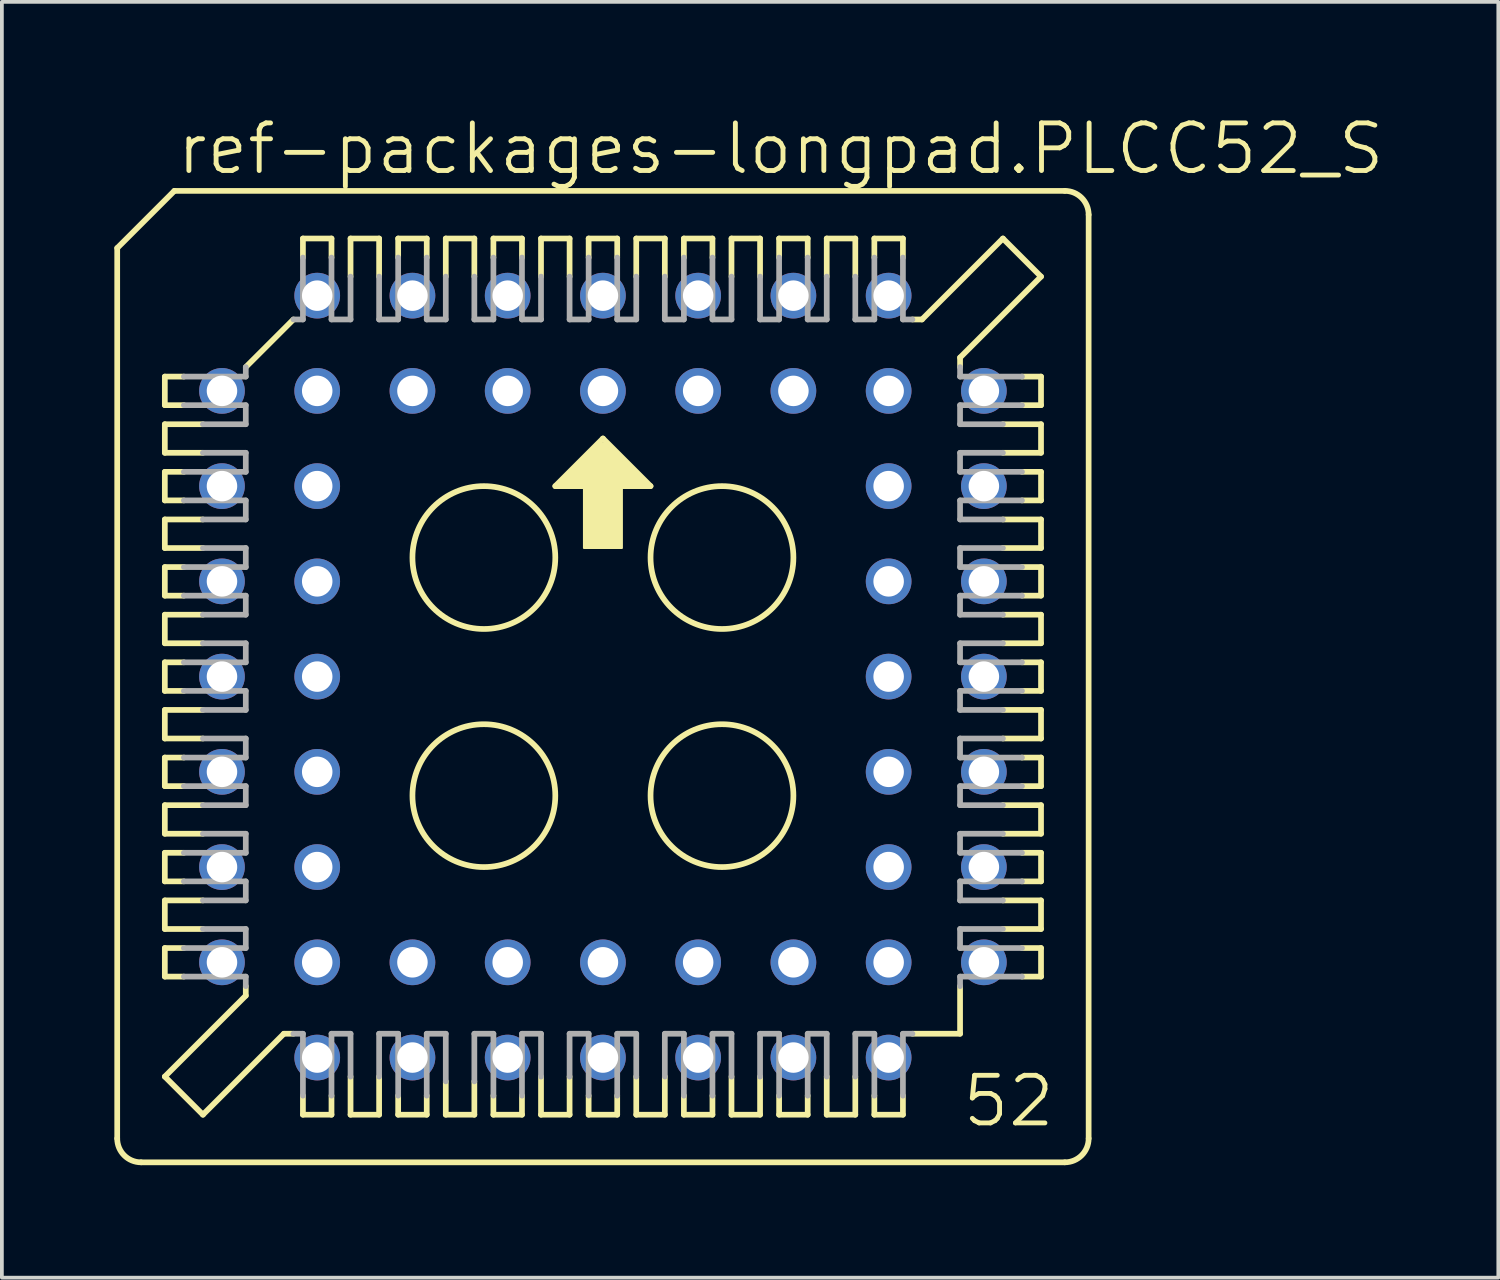
<source format=kicad_pcb>
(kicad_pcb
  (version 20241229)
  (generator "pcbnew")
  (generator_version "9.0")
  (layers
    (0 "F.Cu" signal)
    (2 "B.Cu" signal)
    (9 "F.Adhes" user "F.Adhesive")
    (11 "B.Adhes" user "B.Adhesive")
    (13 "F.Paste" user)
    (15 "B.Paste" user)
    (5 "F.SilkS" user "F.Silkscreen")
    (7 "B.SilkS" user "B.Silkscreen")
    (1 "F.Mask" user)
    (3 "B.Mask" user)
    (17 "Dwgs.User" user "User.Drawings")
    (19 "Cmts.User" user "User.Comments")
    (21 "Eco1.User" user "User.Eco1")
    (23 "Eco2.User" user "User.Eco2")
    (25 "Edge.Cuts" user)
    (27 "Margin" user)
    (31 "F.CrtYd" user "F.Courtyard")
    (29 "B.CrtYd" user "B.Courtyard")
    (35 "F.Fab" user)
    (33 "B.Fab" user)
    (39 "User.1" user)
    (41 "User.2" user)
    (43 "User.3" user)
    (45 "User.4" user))
  (footprint "ref-packages-longpad.PLCC52_S"
    (layer "F.Cu")
    (at 13.03 14.995)
    (property "Reference" "ref-packages-longpad.PLCC52_S" (at -11.43 -13.335 0) (layer "F.SilkS") (effects (font (size 1.27 1.27) (thickness 0.13)) (justify left bottom)))
    (attr through_hole)
    (fp_line (start -12.954 -11.43) (end -12.954 12.319) (stroke (width 0.152) (type default)) (layer "F.SilkS"))
    (fp_line (start -11.684 -8.001) (end -11.684 -7.239) (stroke (width 0.152) (type default)) (layer "F.SilkS"))
    (fp_line (start -11.684 -7.239) (end -11.176 -7.239) (stroke (width 0.152) (type default)) (layer "F.SilkS"))
    (fp_line (start -11.684 -6.731) (end -11.684 -5.969) (stroke (width 0.152) (type default)) (layer "F.SilkS"))
    (fp_line (start -11.684 -5.969) (end -10.668 -5.969) (stroke (width 0.152) (type default)) (layer "F.SilkS"))
    (fp_line (start -11.684 -5.461) (end -11.684 -4.699) (stroke (width 0.152) (type default)) (layer "F.SilkS"))
    (fp_line (start -11.684 -4.699) (end -11.176 -4.699) (stroke (width 0.152) (type default)) (layer "F.SilkS"))
    (fp_line (start -11.684 -4.191) (end -11.684 -3.429) (stroke (width 0.152) (type default)) (layer "F.SilkS"))
    (fp_line (start -11.684 -3.429) (end -10.668 -3.429) (stroke (width 0.152) (type default)) (layer "F.SilkS"))
    (fp_line (start -11.684 -2.921) (end -11.684 -2.159) (stroke (width 0.152) (type default)) (layer "F.SilkS"))
    (fp_line (start -11.684 -2.159) (end -11.176 -2.159) (stroke (width 0.152) (type default)) (layer "F.SilkS"))
    (fp_line (start -11.684 -1.651) (end -10.668 -1.651) (stroke (width 0.152) (type default)) (layer "F.SilkS"))
    (fp_line (start -11.684 -0.889) (end -11.684 -1.651) (stroke (width 0.152) (type default)) (layer "F.SilkS"))
    (fp_line (start -11.684 -0.381) (end -11.176 -0.381) (stroke (width 0.152) (type default)) (layer "F.SilkS"))
    (fp_line (start -11.684 0.381) (end -11.684 -0.381) (stroke (width 0.152) (type default)) (layer "F.SilkS"))
    (fp_line (start -11.684 0.889) (end -10.668 0.889) (stroke (width 0.152) (type default)) (layer "F.SilkS"))
    (fp_line (start -11.684 1.651) (end -11.684 0.889) (stroke (width 0.152) (type default)) (layer "F.SilkS"))
    (fp_line (start -11.684 2.159) (end -11.176 2.159) (stroke (width 0.152) (type default)) (layer "F.SilkS"))
    (fp_line (start -11.684 2.921) (end -11.684 2.159) (stroke (width 0.152) (type default)) (layer "F.SilkS"))
    (fp_line (start -11.684 3.429) (end -10.668 3.429) (stroke (width 0.152) (type default)) (layer "F.SilkS"))
    (fp_line (start -11.684 4.191) (end -11.684 3.429) (stroke (width 0.152) (type default)) (layer "F.SilkS"))
    (fp_line (start -11.684 4.699) (end -11.176 4.699) (stroke (width 0.152) (type default)) (layer "F.SilkS"))
    (fp_line (start -11.684 5.461) (end -11.684 4.699) (stroke (width 0.152) (type default)) (layer "F.SilkS"))
    (fp_line (start -11.684 5.969) (end -11.684 6.731) (stroke (width 0.152) (type default)) (layer "F.SilkS"))
    (fp_line (start -11.684 6.731) (end -10.668 6.731) (stroke (width 0.152) (type default)) (layer "F.SilkS"))
    (fp_line (start -11.684 7.239) (end -11.176 7.239) (stroke (width 0.152) (type default)) (layer "F.SilkS"))
    (fp_line (start -11.684 8.001) (end -11.684 7.239) (stroke (width 0.152) (type default)) (layer "F.SilkS"))
    (fp_line (start -11.684 10.668) (end -9.525 8.509) (stroke (width 0.152) (type default)) (layer "F.SilkS"))
    (fp_line (start -11.43 -12.954) (end -12.954 -11.43) (stroke (width 0.152) (type default)) (layer "F.SilkS"))
    (fp_line (start -11.176 -8.001) (end -11.684 -8.001) (stroke (width 0.152) (type default)) (layer "F.SilkS"))
    (fp_line (start -11.176 -5.461) (end -11.684 -5.461) (stroke (width 0.152) (type default)) (layer "F.SilkS"))
    (fp_line (start -11.176 -2.921) (end -11.684 -2.921) (stroke (width 0.152) (type default)) (layer "F.SilkS"))
    (fp_line (start -11.176 0.381) (end -11.684 0.381) (stroke (width 0.152) (type default)) (layer "F.SilkS"))
    (fp_line (start -11.176 2.921) (end -11.684 2.921) (stroke (width 0.152) (type default)) (layer "F.SilkS"))
    (fp_line (start -11.176 5.461) (end -11.684 5.461) (stroke (width 0.152) (type default)) (layer "F.SilkS"))
    (fp_line (start -11.176 8.001) (end -11.684 8.001) (stroke (width 0.152) (type default)) (layer "F.SilkS"))
    (fp_line (start -10.668 -6.731) (end -11.684 -6.731) (stroke (width 0.152) (type default)) (layer "F.SilkS"))
    (fp_line (start -10.668 -4.191) (end -11.684 -4.191) (stroke (width 0.152) (type default)) (layer "F.SilkS"))
    (fp_line (start -10.668 -0.889) (end -11.684 -0.889) (stroke (width 0.152) (type default)) (layer "F.SilkS"))
    (fp_line (start -10.668 1.651) (end -11.684 1.651) (stroke (width 0.152) (type default)) (layer "F.SilkS"))
    (fp_line (start -10.668 4.191) (end -11.684 4.191) (stroke (width 0.152) (type default)) (layer "F.SilkS"))
    (fp_line (start -10.668 5.969) (end -11.684 5.969) (stroke (width 0.152) (type default)) (layer "F.SilkS"))
    (fp_line (start -10.668 11.684) (end -11.684 10.668) (stroke (width 0.152) (type default)) (layer "F.SilkS"))
    (fp_line (start -10.668 11.684) (end -8.509 9.525) (stroke (width 0.152) (type default)) (layer "F.SilkS"))
    (fp_line (start -9.525 -8.255) (end -8.255 -9.525) (stroke (width 0.152) (type default)) (layer "F.SilkS"))
    (fp_line (start -9.525 8.509) (end -9.525 8.255) (stroke (width 0.152) (type default)) (layer "F.SilkS"))
    (fp_line (start -8.509 9.525) (end -8.255 9.525) (stroke (width 0.152) (type default)) (layer "F.SilkS"))
    (fp_line (start -8.001 -11.684) (end -8.001 -11.176) (stroke (width 0.152) (type default)) (layer "F.SilkS"))
    (fp_line (start -8.001 11.176) (end -8.001 11.684) (stroke (width 0.152) (type default)) (layer "F.SilkS"))
    (fp_line (start -8.001 11.684) (end -7.239 11.684) (stroke (width 0.152) (type default)) (layer "F.SilkS"))
    (fp_line (start -7.239 -11.684) (end -8.001 -11.684) (stroke (width 0.152) (type default)) (layer "F.SilkS"))
    (fp_line (start -7.239 -11.176) (end -7.239 -11.684) (stroke (width 0.152) (type default)) (layer "F.SilkS"))
    (fp_line (start -7.239 11.684) (end -7.239 11.176) (stroke (width 0.152) (type default)) (layer "F.SilkS"))
    (fp_line (start -6.731 -11.684) (end -6.731 -10.668) (stroke (width 0.152) (type default)) (layer "F.SilkS"))
    (fp_line (start -6.731 10.668) (end -6.731 11.684) (stroke (width 0.152) (type default)) (layer "F.SilkS"))
    (fp_line (start -6.731 11.684) (end -5.969 11.684) (stroke (width 0.152) (type default)) (layer "F.SilkS"))
    (fp_line (start -5.969 -11.684) (end -6.731 -11.684) (stroke (width 0.152) (type default)) (layer "F.SilkS"))
    (fp_line (start -5.969 -10.668) (end -5.969 -11.684) (stroke (width 0.152) (type default)) (layer "F.SilkS"))
    (fp_line (start -5.969 11.684) (end -5.969 10.668) (stroke (width 0.152) (type default)) (layer "F.SilkS"))
    (fp_line (start -5.461 -11.684) (end -5.461 -11.176) (stroke (width 0.152) (type default)) (layer "F.SilkS"))
    (fp_line (start -5.461 11.176) (end -5.461 11.684) (stroke (width 0.152) (type default)) (layer "F.SilkS"))
    (fp_line (start -5.461 11.684) (end -4.699 11.684) (stroke (width 0.152) (type default)) (layer "F.SilkS"))
    (fp_line (start -4.699 -11.684) (end -5.461 -11.684) (stroke (width 0.152) (type default)) (layer "F.SilkS"))
    (fp_line (start -4.699 -11.176) (end -4.699 -11.684) (stroke (width 0.152) (type default)) (layer "F.SilkS"))
    (fp_line (start -4.699 11.684) (end -4.699 11.176) (stroke (width 0.152) (type default)) (layer "F.SilkS"))
    (fp_line (start -4.191 -11.684) (end -4.191 -10.668) (stroke (width 0.152) (type default)) (layer "F.SilkS"))
    (fp_line (start -4.191 10.795) (end -4.191 11.684) (stroke (width 0.152) (type default)) (layer "F.SilkS"))
    (fp_line (start -4.191 11.684) (end -3.429 11.684) (stroke (width 0.152) (type default)) (layer "F.SilkS"))
    (fp_line (start -3.429 -11.684) (end -4.191 -11.684) (stroke (width 0.152) (type default)) (layer "F.SilkS"))
    (fp_line (start -3.429 -10.668) (end -3.429 -11.684) (stroke (width 0.152) (type default)) (layer "F.SilkS"))
    (fp_line (start -3.429 11.684) (end -3.429 10.795) (stroke (width 0.152) (type default)) (layer "F.SilkS"))
    (fp_line (start -2.921 -11.684) (end -2.921 -11.176) (stroke (width 0.152) (type default)) (layer "F.SilkS"))
    (fp_line (start -2.921 11.176) (end -2.921 11.684) (stroke (width 0.152) (type default)) (layer "F.SilkS"))
    (fp_line (start -2.921 11.684) (end -2.159 11.684) (stroke (width 0.152) (type default)) (layer "F.SilkS"))
    (fp_line (start -2.159 -11.684) (end -2.921 -11.684) (stroke (width 0.152) (type default)) (layer "F.SilkS"))
    (fp_line (start -2.159 -11.176) (end -2.159 -11.684) (stroke (width 0.152) (type default)) (layer "F.SilkS"))
    (fp_line (start -2.159 11.684) (end -2.159 11.176) (stroke (width 0.152) (type default)) (layer "F.SilkS"))
    (fp_line (start -1.651 -11.684) (end -1.651 -10.668) (stroke (width 0.152) (type default)) (layer "F.SilkS"))
    (fp_line (start -1.651 10.668) (end -1.651 11.684) (stroke (width 0.152) (type default)) (layer "F.SilkS"))
    (fp_line (start -1.651 11.684) (end -0.889 11.684) (stroke (width 0.152) (type default)) (layer "F.SilkS"))
    (fp_line (start -1.27 -5.08) (end 1.27 -5.08) (stroke (width 0.152) (type default)) (layer "F.SilkS"))
    (fp_line (start -0.889 -11.684) (end -1.651 -11.684) (stroke (width 0.152) (type default)) (layer "F.SilkS"))
    (fp_line (start -0.889 -10.668) (end -0.889 -11.684) (stroke (width 0.152) (type default)) (layer "F.SilkS"))
    (fp_line (start -0.889 11.684) (end -0.889 10.668) (stroke (width 0.152) (type default)) (layer "F.SilkS"))
    (fp_line (start -0.381 -11.684) (end -0.381 -11.176) (stroke (width 0.152) (type default)) (layer "F.SilkS"))
    (fp_line (start -0.381 11.176) (end -0.381 11.684) (stroke (width 0.152) (type default)) (layer "F.SilkS"))
    (fp_line (start -0.381 11.684) (end 0.381 11.684) (stroke (width 0.152) (type default)) (layer "F.SilkS"))
    (fp_line (start 0 -6.35) (end -1.27 -5.08) (stroke (width 0.152) (type default)) (layer "F.SilkS"))
    (fp_line (start 0.381 -11.684) (end -0.381 -11.684) (stroke (width 0.152) (type default)) (layer "F.SilkS"))
    (fp_line (start 0.381 -11.176) (end 0.381 -11.684) (stroke (width 0.152) (type default)) (layer "F.SilkS"))
    (fp_line (start 0.381 11.684) (end 0.381 11.176) (stroke (width 0.152) (type default)) (layer "F.SilkS"))
    (fp_line (start 0.889 -11.684) (end 0.889 -10.668) (stroke (width 0.152) (type default)) (layer "F.SilkS"))
    (fp_line (start 0.889 10.668) (end 0.889 11.684) (stroke (width 0.152) (type default)) (layer "F.SilkS"))
    (fp_line (start 0.889 11.684) (end 1.651 11.684) (stroke (width 0.152) (type default)) (layer "F.SilkS"))
    (fp_line (start 1.27 -5.08) (end 0 -6.35) (stroke (width 0.152) (type default)) (layer "F.SilkS"))
    (fp_line (start 1.651 -11.684) (end 0.889 -11.684) (stroke (width 0.152) (type default)) (layer "F.SilkS"))
    (fp_line (start 1.651 -10.668) (end 1.651 -11.684) (stroke (width 0.152) (type default)) (layer "F.SilkS"))
    (fp_line (start 1.651 11.684) (end 1.651 10.668) (stroke (width 0.152) (type default)) (layer "F.SilkS"))
    (fp_line (start 2.159 -11.684) (end 2.159 -11.176) (stroke (width 0.152) (type default)) (layer "F.SilkS"))
    (fp_line (start 2.159 11.176) (end 2.159 11.684) (stroke (width 0.152) (type default)) (layer "F.SilkS"))
    (fp_line (start 2.159 11.684) (end 2.921 11.684) (stroke (width 0.152) (type default)) (layer "F.SilkS"))
    (fp_line (start 2.921 -11.684) (end 2.159 -11.684) (stroke (width 0.152) (type default)) (layer "F.SilkS"))
    (fp_line (start 2.921 -11.176) (end 2.921 -11.684) (stroke (width 0.152) (type default)) (layer "F.SilkS"))
    (fp_line (start 2.921 11.684) (end 2.921 11.176) (stroke (width 0.152) (type default)) (layer "F.SilkS"))
    (fp_line (start 3.429 -11.684) (end 3.429 -10.668) (stroke (width 0.152) (type default)) (layer "F.SilkS"))
    (fp_line (start 3.429 10.668) (end 3.429 11.684) (stroke (width 0.152) (type default)) (layer "F.SilkS"))
    (fp_line (start 3.429 11.684) (end 4.191 11.684) (stroke (width 0.152) (type default)) (layer "F.SilkS"))
    (fp_line (start 4.191 -11.684) (end 3.429 -11.684) (stroke (width 0.152) (type default)) (layer "F.SilkS"))
    (fp_line (start 4.191 -10.668) (end 4.191 -11.684) (stroke (width 0.152) (type default)) (layer "F.SilkS"))
    (fp_line (start 4.191 11.684) (end 4.191 10.668) (stroke (width 0.152) (type default)) (layer "F.SilkS"))
    (fp_line (start 4.699 -11.684) (end 4.699 -11.176) (stroke (width 0.152) (type default)) (layer "F.SilkS"))
    (fp_line (start 4.699 11.176) (end 4.699 11.684) (stroke (width 0.152) (type default)) (layer "F.SilkS"))
    (fp_line (start 4.699 11.684) (end 5.461 11.684) (stroke (width 0.152) (type default)) (layer "F.SilkS"))
    (fp_line (start 5.461 -11.684) (end 4.699 -11.684) (stroke (width 0.152) (type default)) (layer "F.SilkS"))
    (fp_line (start 5.461 -11.176) (end 5.461 -11.684) (stroke (width 0.152) (type default)) (layer "F.SilkS"))
    (fp_line (start 5.461 11.684) (end 5.461 11.176) (stroke (width 0.152) (type default)) (layer "F.SilkS"))
    (fp_line (start 5.969 -11.684) (end 5.969 -10.668) (stroke (width 0.152) (type default)) (layer "F.SilkS"))
    (fp_line (start 5.969 10.668) (end 5.969 11.684) (stroke (width 0.152) (type default)) (layer "F.SilkS"))
    (fp_line (start 5.969 11.684) (end 6.731 11.684) (stroke (width 0.152) (type default)) (layer "F.SilkS"))
    (fp_line (start 6.731 -11.684) (end 5.969 -11.684) (stroke (width 0.152) (type default)) (layer "F.SilkS"))
    (fp_line (start 6.731 -10.668) (end 6.731 -11.684) (stroke (width 0.152) (type default)) (layer "F.SilkS"))
    (fp_line (start 6.731 11.684) (end 6.731 10.668) (stroke (width 0.152) (type default)) (layer "F.SilkS"))
    (fp_line (start 7.239 -11.684) (end 7.239 -11.176) (stroke (width 0.152) (type default)) (layer "F.SilkS"))
    (fp_line (start 7.239 11.176) (end 7.239 11.684) (stroke (width 0.152) (type default)) (layer "F.SilkS"))
    (fp_line (start 7.239 11.684) (end 8.001 11.684) (stroke (width 0.152) (type default)) (layer "F.SilkS"))
    (fp_line (start 8.001 -11.684) (end 7.239 -11.684) (stroke (width 0.152) (type default)) (layer "F.SilkS"))
    (fp_line (start 8.001 -11.176) (end 8.001 -11.684) (stroke (width 0.152) (type default)) (layer "F.SilkS"))
    (fp_line (start 8.001 11.684) (end 8.001 11.176) (stroke (width 0.152) (type default)) (layer "F.SilkS"))
    (fp_line (start 8.255 9.525) (end 9.525 9.525) (stroke (width 0.152) (type default)) (layer "F.SilkS"))
    (fp_line (start 8.509 -9.525) (end 8.255 -9.525) (stroke (width 0.152) (type default)) (layer "F.SilkS"))
    (fp_line (start 9.525 -8.509) (end 9.525 -8.255) (stroke (width 0.152) (type default)) (layer "F.SilkS"))
    (fp_line (start 9.525 9.525) (end 9.525 8.255) (stroke (width 0.152) (type default)) (layer "F.SilkS"))
    (fp_line (start 10.668 -11.684) (end 8.509 -9.525) (stroke (width 0.152) (type default)) (layer "F.SilkS"))
    (fp_line (start 10.668 -5.969) (end 11.684 -5.969) (stroke (width 0.152) (type default)) (layer "F.SilkS"))
    (fp_line (start 10.668 -4.191) (end 11.684 -4.191) (stroke (width 0.152) (type default)) (layer "F.SilkS"))
    (fp_line (start 10.668 -1.651) (end 11.684 -1.651) (stroke (width 0.152) (type default)) (layer "F.SilkS"))
    (fp_line (start 10.668 0.889) (end 11.684 0.889) (stroke (width 0.152) (type default)) (layer "F.SilkS"))
    (fp_line (start 10.668 4.191) (end 11.684 4.191) (stroke (width 0.152) (type default)) (layer "F.SilkS"))
    (fp_line (start 10.668 6.731) (end 11.684 6.731) (stroke (width 0.152) (type default)) (layer "F.SilkS"))
    (fp_line (start 11.176 -8.001) (end 11.684 -8.001) (stroke (width 0.152) (type default)) (layer "F.SilkS"))
    (fp_line (start 11.176 -5.461) (end 11.684 -5.461) (stroke (width 0.152) (type default)) (layer "F.SilkS"))
    (fp_line (start 11.176 -2.921) (end 11.684 -2.921) (stroke (width 0.152) (type default)) (layer "F.SilkS"))
    (fp_line (start 11.176 -0.381) (end 11.684 -0.381) (stroke (width 0.152) (type default)) (layer "F.SilkS"))
    (fp_line (start 11.176 2.921) (end 11.684 2.921) (stroke (width 0.152) (type default)) (layer "F.SilkS"))
    (fp_line (start 11.176 5.461) (end 11.684 5.461) (stroke (width 0.152) (type default)) (layer "F.SilkS"))
    (fp_line (start 11.176 8.001) (end 11.684 8.001) (stroke (width 0.152) (type default)) (layer "F.SilkS"))
    (fp_line (start 11.684 -10.668) (end 9.525 -8.509) (stroke (width 0.152) (type default)) (layer "F.SilkS"))
    (fp_line (start 11.684 -10.668) (end 10.668 -11.684) (stroke (width 0.152) (type default)) (layer "F.SilkS"))
    (fp_line (start 11.684 -8.001) (end 11.684 -7.239) (stroke (width 0.152) (type default)) (layer "F.SilkS"))
    (fp_line (start 11.684 -7.239) (end 11.176 -7.239) (stroke (width 0.152) (type default)) (layer "F.SilkS"))
    (fp_line (start 11.684 -6.731) (end 10.668 -6.731) (stroke (width 0.152) (type default)) (layer "F.SilkS"))
    (fp_line (start 11.684 -5.969) (end 11.684 -6.731) (stroke (width 0.152) (type default)) (layer "F.SilkS"))
    (fp_line (start 11.684 -5.461) (end 11.684 -4.699) (stroke (width 0.152) (type default)) (layer "F.SilkS"))
    (fp_line (start 11.684 -4.699) (end 11.176 -4.699) (stroke (width 0.152) (type default)) (layer "F.SilkS"))
    (fp_line (start 11.684 -4.191) (end 11.684 -3.429) (stroke (width 0.152) (type default)) (layer "F.SilkS"))
    (fp_line (start 11.684 -3.429) (end 10.668 -3.429) (stroke (width 0.152) (type default)) (layer "F.SilkS"))
    (fp_line (start 11.684 -2.921) (end 11.684 -2.159) (stroke (width 0.152) (type default)) (layer "F.SilkS"))
    (fp_line (start 11.684 -2.159) (end 11.176 -2.159) (stroke (width 0.152) (type default)) (layer "F.SilkS"))
    (fp_line (start 11.684 -1.651) (end 11.684 -0.889) (stroke (width 0.152) (type default)) (layer "F.SilkS"))
    (fp_line (start 11.684 -0.889) (end 10.668 -0.889) (stroke (width 0.152) (type default)) (layer "F.SilkS"))
    (fp_line (start 11.684 -0.381) (end 11.684 0.381) (stroke (width 0.152) (type default)) (layer "F.SilkS"))
    (fp_line (start 11.684 0.381) (end 11.176 0.381) (stroke (width 0.152) (type default)) (layer "F.SilkS"))
    (fp_line (start 11.684 0.889) (end 11.684 1.651) (stroke (width 0.152) (type default)) (layer "F.SilkS"))
    (fp_line (start 11.684 1.651) (end 10.668 1.651) (stroke (width 0.152) (type default)) (layer "F.SilkS"))
    (fp_line (start 11.684 2.159) (end 11.176 2.159) (stroke (width 0.152) (type default)) (layer "F.SilkS"))
    (fp_line (start 11.684 2.921) (end 11.684 2.159) (stroke (width 0.152) (type default)) (layer "F.SilkS"))
    (fp_line (start 11.684 3.429) (end 10.668 3.429) (stroke (width 0.152) (type default)) (layer "F.SilkS"))
    (fp_line (start 11.684 4.191) (end 11.684 3.429) (stroke (width 0.152) (type default)) (layer "F.SilkS"))
    (fp_line (start 11.684 4.699) (end 11.176 4.699) (stroke (width 0.152) (type default)) (layer "F.SilkS"))
    (fp_line (start 11.684 5.461) (end 11.684 4.699) (stroke (width 0.152) (type default)) (layer "F.SilkS"))
    (fp_line (start 11.684 5.969) (end 10.668 5.969) (stroke (width 0.152) (type default)) (layer "F.SilkS"))
    (fp_line (start 11.684 6.731) (end 11.684 5.969) (stroke (width 0.152) (type default)) (layer "F.SilkS"))
    (fp_line (start 11.684 7.239) (end 11.176 7.239) (stroke (width 0.152) (type default)) (layer "F.SilkS"))
    (fp_line (start 11.684 8.001) (end 11.684 7.239) (stroke (width 0.152) (type default)) (layer "F.SilkS"))
    (fp_line (start 12.319 -12.954) (end -11.43 -12.954) (stroke (width 0.152) (type default)) (layer "F.SilkS"))
    (fp_line (start 12.319 12.954) (end -12.319 12.954) (stroke (width 0.152) (type default)) (layer "F.SilkS"))
    (fp_line (start 12.954 -12.319) (end 12.954 12.319) (stroke (width 0.152) (type default)) (layer "F.SilkS"))
    (fp_rect (start -1.143 -5.08) (end -0.889 -5.207) (stroke (width 0.05) (type default)) (fill yes) (layer "F.SilkS"))
    (fp_rect (start -1.016 -5.207) (end -0.889 -5.334) (stroke (width 0.05) (type default)) (fill yes) (layer "F.SilkS"))
    (fp_rect (start -0.889 -5.08) (end 0.889 -5.461) (stroke (width 0.05) (type default)) (fill yes) (layer "F.SilkS"))
    (fp_rect (start -0.762 -5.461) (end -0.635 -5.588) (stroke (width 0.05) (type default)) (fill yes) (layer "F.SilkS"))
    (fp_rect (start -0.635 -5.461) (end 0.635 -5.715) (stroke (width 0.05) (type default)) (fill yes) (layer "F.SilkS"))
    (fp_rect (start -0.508 -5.715) (end -0.381 -5.842) (stroke (width 0.05) (type default)) (fill yes) (layer "F.SilkS"))
    (fp_rect (start -0.508 -3.429) (end 0.508 -5.334) (stroke (width 0.05) (type default)) (fill yes) (layer "F.SilkS"))
    (fp_rect (start -0.381 -5.715) (end 0.381 -5.969) (stroke (width 0.05) (type default)) (fill yes) (layer "F.SilkS"))
    (fp_rect (start -0.254 -5.969) (end -0.127 -6.096) (stroke (width 0.05) (type default)) (fill yes) (layer "F.SilkS"))
    (fp_rect (start -0.127 -5.969) (end 0.127 -6.223) (stroke (width 0.05) (type default)) (fill yes) (layer "F.SilkS"))
    (fp_rect (start 0.127 -5.969) (end 0.254 -6.096) (stroke (width 0.05) (type default)) (fill yes) (layer "F.SilkS"))
    (fp_rect (start 0.381 -5.715) (end 0.508 -5.842) (stroke (width 0.05) (type default)) (fill yes) (layer "F.SilkS"))
    (fp_rect (start 0.635 -5.461) (end 0.762 -5.588) (stroke (width 0.05) (type default)) (fill yes) (layer "F.SilkS"))
    (fp_rect (start 0.889 -5.207) (end 1.016 -5.334) (stroke (width 0.05) (type default)) (fill yes) (layer "F.SilkS"))
    (fp_rect (start 0.889 -5.08) (end 1.143 -5.207) (stroke (width 0.05) (type default)) (fill yes) (layer "F.SilkS"))
    (fp_arc (start -12.319 12.954) (mid -12.768013 12.768013) (end -12.954 12.319) (stroke (width 0.1524) (type default)) (layer "F.SilkS"))
    (fp_arc (start 12.319 -12.954) (mid 12.768013 -12.768013) (end 12.954 -12.319) (stroke (width 0.1524) (type default)) (layer "F.SilkS"))
    (fp_arc (start 12.954 12.319) (mid 12.768013 12.768013) (end 12.319 12.954) (stroke (width 0.1524) (type default)) (layer "F.SilkS"))
    (fp_circle (center -3.175 -3.175) (end -1.27 -3.175) (stroke (width 0.152) (type default)) (fill no) (layer "F.SilkS"))
    (fp_circle (center -3.175 3.175) (end -1.27 3.175) (stroke (width 0.152) (type default)) (fill no) (layer "F.SilkS"))
    (fp_circle (center 3.175 -3.175) (end 5.08 -3.175) (stroke (width 0.152) (type default)) (fill no) (layer "F.SilkS"))
    (fp_circle (center 3.175 3.175) (end 5.08 3.175) (stroke (width 0.152) (type default)) (fill no) (layer "F.SilkS"))
    (fp_line (start -11.176 -8.001) (end -9.525 -8.001) (stroke (width 0.152) (type default)) (layer "F.Fab"))
    (fp_line (start -11.176 -5.461) (end -9.525 -5.461) (stroke (width 0.152) (type default)) (layer "F.Fab"))
    (fp_line (start -11.176 -2.921) (end -9.525 -2.921) (stroke (width 0.152) (type default)) (layer "F.Fab"))
    (fp_line (start -11.176 0.381) (end -9.525 0.381) (stroke (width 0.152) (type default)) (layer "F.Fab"))
    (fp_line (start -11.176 2.921) (end -9.525 2.921) (stroke (width 0.152) (type default)) (layer "F.Fab"))
    (fp_line (start -11.176 5.461) (end -9.525 5.461) (stroke (width 0.152) (type default)) (layer "F.Fab"))
    (fp_line (start -11.176 8.001) (end -9.525 8.001) (stroke (width 0.152) (type default)) (layer "F.Fab"))
    (fp_line (start -10.668 -6.731) (end -9.525 -6.731) (stroke (width 0.152) (type default)) (layer "F.Fab"))
    (fp_line (start -10.668 -4.191) (end -9.525 -4.191) (stroke (width 0.152) (type default)) (layer "F.Fab"))
    (fp_line (start -10.668 -0.889) (end -9.525 -0.889) (stroke (width 0.152) (type default)) (layer "F.Fab"))
    (fp_line (start -10.668 1.651) (end -9.525 1.651) (stroke (width 0.152) (type default)) (layer "F.Fab"))
    (fp_line (start -10.668 4.191) (end -9.525 4.191) (stroke (width 0.152) (type default)) (layer "F.Fab"))
    (fp_line (start -10.668 5.969) (end -9.525 5.969) (stroke (width 0.152) (type default)) (layer "F.Fab"))
    (fp_line (start -9.525 -8.001) (end -9.525 -8.255) (stroke (width 0.152) (type default)) (layer "F.Fab"))
    (fp_line (start -9.525 -7.239) (end -11.176 -7.239) (stroke (width 0.152) (type default)) (layer "F.Fab"))
    (fp_line (start -9.525 -7.239) (end -9.525 -6.731) (stroke (width 0.152) (type default)) (layer "F.Fab"))
    (fp_line (start -9.525 -5.969) (end -10.668 -5.969) (stroke (width 0.152) (type default)) (layer "F.Fab"))
    (fp_line (start -9.525 -5.969) (end -9.525 -5.461) (stroke (width 0.152) (type default)) (layer "F.Fab"))
    (fp_line (start -9.525 -4.699) (end -11.176 -4.699) (stroke (width 0.152) (type default)) (layer "F.Fab"))
    (fp_line (start -9.525 -4.699) (end -9.525 -4.191) (stroke (width 0.152) (type default)) (layer "F.Fab"))
    (fp_line (start -9.525 -3.429) (end -10.668 -3.429) (stroke (width 0.152) (type default)) (layer "F.Fab"))
    (fp_line (start -9.525 -3.429) (end -9.525 -2.921) (stroke (width 0.152) (type default)) (layer "F.Fab"))
    (fp_line (start -9.525 -2.159) (end -11.176 -2.159) (stroke (width 0.152) (type default)) (layer "F.Fab"))
    (fp_line (start -9.525 -2.159) (end -9.525 -1.651) (stroke (width 0.152) (type default)) (layer "F.Fab"))
    (fp_line (start -9.525 -1.651) (end -10.668 -1.651) (stroke (width 0.152) (type default)) (layer "F.Fab"))
    (fp_line (start -9.525 -0.381) (end -11.176 -0.381) (stroke (width 0.152) (type default)) (layer "F.Fab"))
    (fp_line (start -9.525 -0.381) (end -9.525 -0.889) (stroke (width 0.152) (type default)) (layer "F.Fab"))
    (fp_line (start -9.525 0.889) (end -10.668 0.889) (stroke (width 0.152) (type default)) (layer "F.Fab"))
    (fp_line (start -9.525 0.889) (end -9.525 0.381) (stroke (width 0.152) (type default)) (layer "F.Fab"))
    (fp_line (start -9.525 2.159) (end -11.176 2.159) (stroke (width 0.152) (type default)) (layer "F.Fab"))
    (fp_line (start -9.525 2.159) (end -9.525 1.651) (stroke (width 0.152) (type default)) (layer "F.Fab"))
    (fp_line (start -9.525 3.429) (end -10.668 3.429) (stroke (width 0.152) (type default)) (layer "F.Fab"))
    (fp_line (start -9.525 3.429) (end -9.525 2.921) (stroke (width 0.152) (type default)) (layer "F.Fab"))
    (fp_line (start -9.525 4.699) (end -11.176 4.699) (stroke (width 0.152) (type default)) (layer "F.Fab"))
    (fp_line (start -9.525 4.699) (end -9.525 4.191) (stroke (width 0.152) (type default)) (layer "F.Fab"))
    (fp_line (start -9.525 5.461) (end -9.525 5.969) (stroke (width 0.152) (type default)) (layer "F.Fab"))
    (fp_line (start -9.525 6.731) (end -10.668 6.731) (stroke (width 0.152) (type default)) (layer "F.Fab"))
    (fp_line (start -9.525 6.731) (end -9.525 7.239) (stroke (width 0.152) (type default)) (layer "F.Fab"))
    (fp_line (start -9.525 7.239) (end -11.176 7.239) (stroke (width 0.152) (type default)) (layer "F.Fab"))
    (fp_line (start -9.525 8.001) (end -9.525 8.255) (stroke (width 0.152) (type default)) (layer "F.Fab"))
    (fp_line (start -8.255 -9.525) (end -8.001 -9.525) (stroke (width 0.152) (type default)) (layer "F.Fab"))
    (fp_line (start -8.001 -9.525) (end -8.001 -11.176) (stroke (width 0.152) (type default)) (layer "F.Fab"))
    (fp_line (start -8.001 9.525) (end -8.255 9.525) (stroke (width 0.152) (type default)) (layer "F.Fab"))
    (fp_line (start -8.001 11.176) (end -8.001 9.525) (stroke (width 0.152) (type default)) (layer "F.Fab"))
    (fp_line (start -7.239 -11.176) (end -7.239 -9.525) (stroke (width 0.152) (type default)) (layer "F.Fab"))
    (fp_line (start -7.239 9.525) (end -7.239 11.176) (stroke (width 0.152) (type default)) (layer "F.Fab"))
    (fp_line (start -7.239 9.525) (end -6.731 9.525) (stroke (width 0.152) (type default)) (layer "F.Fab"))
    (fp_line (start -6.731 -9.525) (end -7.239 -9.525) (stroke (width 0.152) (type default)) (layer "F.Fab"))
    (fp_line (start -6.731 -9.525) (end -6.731 -10.668) (stroke (width 0.152) (type default)) (layer "F.Fab"))
    (fp_line (start -6.731 10.668) (end -6.731 9.525) (stroke (width 0.152) (type default)) (layer "F.Fab"))
    (fp_line (start -5.969 -10.668) (end -5.969 -9.525) (stroke (width 0.152) (type default)) (layer "F.Fab"))
    (fp_line (start -5.969 9.525) (end -5.969 10.668) (stroke (width 0.152) (type default)) (layer "F.Fab"))
    (fp_line (start -5.969 9.525) (end -5.461 9.525) (stroke (width 0.152) (type default)) (layer "F.Fab"))
    (fp_line (start -5.461 -9.525) (end -5.969 -9.525) (stroke (width 0.152) (type default)) (layer "F.Fab"))
    (fp_line (start -5.461 -9.525) (end -5.461 -11.176) (stroke (width 0.152) (type default)) (layer "F.Fab"))
    (fp_line (start -5.461 11.176) (end -5.461 9.525) (stroke (width 0.152) (type default)) (layer "F.Fab"))
    (fp_line (start -4.699 -11.176) (end -4.699 -9.525) (stroke (width 0.152) (type default)) (layer "F.Fab"))
    (fp_line (start -4.699 9.525) (end -4.699 11.176) (stroke (width 0.152) (type default)) (layer "F.Fab"))
    (fp_line (start -4.699 9.525) (end -4.191 9.525) (stroke (width 0.152) (type default)) (layer "F.Fab"))
    (fp_line (start -4.191 -9.525) (end -4.699 -9.525) (stroke (width 0.152) (type default)) (layer "F.Fab"))
    (fp_line (start -4.191 -9.525) (end -4.191 -10.668) (stroke (width 0.152) (type default)) (layer "F.Fab"))
    (fp_line (start -4.191 10.795) (end -4.191 9.525) (stroke (width 0.152) (type default)) (layer "F.Fab"))
    (fp_line (start -3.429 -10.668) (end -3.429 -9.525) (stroke (width 0.152) (type default)) (layer "F.Fab"))
    (fp_line (start -3.429 9.525) (end -3.429 10.795) (stroke (width 0.152) (type default)) (layer "F.Fab"))
    (fp_line (start -3.429 9.525) (end -2.921 9.525) (stroke (width 0.152) (type default)) (layer "F.Fab"))
    (fp_line (start -2.921 -9.525) (end -3.429 -9.525) (stroke (width 0.152) (type default)) (layer "F.Fab"))
    (fp_line (start -2.921 -9.525) (end -2.921 -11.176) (stroke (width 0.152) (type default)) (layer "F.Fab"))
    (fp_line (start -2.921 11.176) (end -2.921 9.525) (stroke (width 0.152) (type default)) (layer "F.Fab"))
    (fp_line (start -2.159 -11.176) (end -2.159 -9.525) (stroke (width 0.152) (type default)) (layer "F.Fab"))
    (fp_line (start -2.159 9.525) (end -2.159 11.176) (stroke (width 0.152) (type default)) (layer "F.Fab"))
    (fp_line (start -2.159 9.525) (end -1.651 9.525) (stroke (width 0.152) (type default)) (layer "F.Fab"))
    (fp_line (start -1.651 -9.525) (end -2.159 -9.525) (stroke (width 0.152) (type default)) (layer "F.Fab"))
    (fp_line (start -1.651 -9.525) (end -1.651 -10.668) (stroke (width 0.152) (type default)) (layer "F.Fab"))
    (fp_line (start -1.651 10.668) (end -1.651 9.525) (stroke (width 0.152) (type default)) (layer "F.Fab"))
    (fp_line (start -0.889 -10.668) (end -0.889 -9.525) (stroke (width 0.152) (type default)) (layer "F.Fab"))
    (fp_line (start -0.889 9.525) (end -0.889 10.668) (stroke (width 0.152) (type default)) (layer "F.Fab"))
    (fp_line (start -0.889 9.525) (end -0.381 9.525) (stroke (width 0.152) (type default)) (layer "F.Fab"))
    (fp_line (start -0.381 -9.525) (end -0.889 -9.525) (stroke (width 0.152) (type default)) (layer "F.Fab"))
    (fp_line (start -0.381 -9.525) (end -0.381 -11.176) (stroke (width 0.152) (type default)) (layer "F.Fab"))
    (fp_line (start -0.381 11.176) (end -0.381 9.525) (stroke (width 0.152) (type default)) (layer "F.Fab"))
    (fp_line (start 0.381 -11.176) (end 0.381 -9.525) (stroke (width 0.152) (type default)) (layer "F.Fab"))
    (fp_line (start 0.381 9.525) (end 0.381 11.176) (stroke (width 0.152) (type default)) (layer "F.Fab"))
    (fp_line (start 0.381 9.525) (end 0.889 9.525) (stroke (width 0.152) (type default)) (layer "F.Fab"))
    (fp_line (start 0.889 -9.525) (end 0.381 -9.525) (stroke (width 0.152) (type default)) (layer "F.Fab"))
    (fp_line (start 0.889 -9.525) (end 0.889 -10.668) (stroke (width 0.152) (type default)) (layer "F.Fab"))
    (fp_line (start 0.889 10.668) (end 0.889 9.525) (stroke (width 0.152) (type default)) (layer "F.Fab"))
    (fp_line (start 1.651 -10.668) (end 1.651 -9.525) (stroke (width 0.152) (type default)) (layer "F.Fab"))
    (fp_line (start 1.651 9.525) (end 1.651 10.668) (stroke (width 0.152) (type default)) (layer "F.Fab"))
    (fp_line (start 1.651 9.525) (end 2.159 9.525) (stroke (width 0.152) (type default)) (layer "F.Fab"))
    (fp_line (start 2.159 -9.525) (end 1.651 -9.525) (stroke (width 0.152) (type default)) (layer "F.Fab"))
    (fp_line (start 2.159 -9.525) (end 2.159 -11.176) (stroke (width 0.152) (type default)) (layer "F.Fab"))
    (fp_line (start 2.159 11.176) (end 2.159 9.525) (stroke (width 0.152) (type default)) (layer "F.Fab"))
    (fp_line (start 2.921 -11.176) (end 2.921 -9.525) (stroke (width 0.152) (type default)) (layer "F.Fab"))
    (fp_line (start 2.921 9.525) (end 2.921 11.176) (stroke (width 0.152) (type default)) (layer "F.Fab"))
    (fp_line (start 2.921 9.525) (end 3.429 9.525) (stroke (width 0.152) (type default)) (layer "F.Fab"))
    (fp_line (start 3.429 -9.525) (end 2.921 -9.525) (stroke (width 0.152) (type default)) (layer "F.Fab"))
    (fp_line (start 3.429 -9.525) (end 3.429 -10.668) (stroke (width 0.152) (type default)) (layer "F.Fab"))
    (fp_line (start 3.429 10.668) (end 3.429 9.525) (stroke (width 0.152) (type default)) (layer "F.Fab"))
    (fp_line (start 4.191 -10.668) (end 4.191 -9.525) (stroke (width 0.152) (type default)) (layer "F.Fab"))
    (fp_line (start 4.191 9.525) (end 4.191 10.668) (stroke (width 0.152) (type default)) (layer "F.Fab"))
    (fp_line (start 4.191 9.525) (end 4.699 9.525) (stroke (width 0.152) (type default)) (layer "F.Fab"))
    (fp_line (start 4.699 -9.525) (end 4.191 -9.525) (stroke (width 0.152) (type default)) (layer "F.Fab"))
    (fp_line (start 4.699 -9.525) (end 4.699 -11.176) (stroke (width 0.152) (type default)) (layer "F.Fab"))
    (fp_line (start 4.699 11.176) (end 4.699 9.525) (stroke (width 0.152) (type default)) (layer "F.Fab"))
    (fp_line (start 5.461 -11.176) (end 5.461 -9.525) (stroke (width 0.152) (type default)) (layer "F.Fab"))
    (fp_line (start 5.461 9.525) (end 5.461 11.176) (stroke (width 0.152) (type default)) (layer "F.Fab"))
    (fp_line (start 5.461 9.525) (end 5.969 9.525) (stroke (width 0.152) (type default)) (layer "F.Fab"))
    (fp_line (start 5.969 -9.525) (end 5.461 -9.525) (stroke (width 0.152) (type default)) (layer "F.Fab"))
    (fp_line (start 5.969 -9.525) (end 5.969 -10.668) (stroke (width 0.152) (type default)) (layer "F.Fab"))
    (fp_line (start 5.969 10.668) (end 5.969 9.525) (stroke (width 0.152) (type default)) (layer "F.Fab"))
    (fp_line (start 6.731 -10.668) (end 6.731 -9.525) (stroke (width 0.152) (type default)) (layer "F.Fab"))
    (fp_line (start 6.731 9.525) (end 6.731 10.668) (stroke (width 0.152) (type default)) (layer "F.Fab"))
    (fp_line (start 6.731 9.525) (end 7.239 9.525) (stroke (width 0.152) (type default)) (layer "F.Fab"))
    (fp_line (start 7.239 -9.525) (end 6.731 -9.525) (stroke (width 0.152) (type default)) (layer "F.Fab"))
    (fp_line (start 7.239 -9.525) (end 7.239 -11.176) (stroke (width 0.152) (type default)) (layer "F.Fab"))
    (fp_line (start 7.239 11.176) (end 7.239 9.525) (stroke (width 0.152) (type default)) (layer "F.Fab"))
    (fp_line (start 8.001 -11.176) (end 8.001 -9.525) (stroke (width 0.152) (type default)) (layer "F.Fab"))
    (fp_line (start 8.001 -9.525) (end 8.255 -9.525) (stroke (width 0.152) (type default)) (layer "F.Fab"))
    (fp_line (start 8.001 9.525) (end 8.001 11.176) (stroke (width 0.152) (type default)) (layer "F.Fab"))
    (fp_line (start 8.255 9.525) (end 8.001 9.525) (stroke (width 0.152) (type default)) (layer "F.Fab"))
    (fp_line (start 9.525 -8.001) (end 9.525 -8.255) (stroke (width 0.152) (type default)) (layer "F.Fab"))
    (fp_line (start 9.525 -7.239) (end 11.176 -7.239) (stroke (width 0.152) (type default)) (layer "F.Fab"))
    (fp_line (start 9.525 -6.731) (end 9.525 -7.239) (stroke (width 0.152) (type default)) (layer "F.Fab"))
    (fp_line (start 9.525 -6.731) (end 10.668 -6.731) (stroke (width 0.152) (type default)) (layer "F.Fab"))
    (fp_line (start 9.525 -5.461) (end 9.525 -5.969) (stroke (width 0.152) (type default)) (layer "F.Fab"))
    (fp_line (start 9.525 -4.699) (end 9.525 -4.191) (stroke (width 0.152) (type default)) (layer "F.Fab"))
    (fp_line (start 9.525 -4.699) (end 11.176 -4.699) (stroke (width 0.152) (type default)) (layer "F.Fab"))
    (fp_line (start 9.525 -3.429) (end 9.525 -2.921) (stroke (width 0.152) (type default)) (layer "F.Fab"))
    (fp_line (start 9.525 -3.429) (end 10.668 -3.429) (stroke (width 0.152) (type default)) (layer "F.Fab"))
    (fp_line (start 9.525 -2.159) (end 9.525 -1.651) (stroke (width 0.152) (type default)) (layer "F.Fab"))
    (fp_line (start 9.525 -2.159) (end 11.176 -2.159) (stroke (width 0.152) (type default)) (layer "F.Fab"))
    (fp_line (start 9.525 -0.889) (end 9.525 -0.381) (stroke (width 0.152) (type default)) (layer "F.Fab"))
    (fp_line (start 9.525 -0.889) (end 10.668 -0.889) (stroke (width 0.152) (type default)) (layer "F.Fab"))
    (fp_line (start 9.525 0.381) (end 9.525 0.889) (stroke (width 0.152) (type default)) (layer "F.Fab"))
    (fp_line (start 9.525 0.381) (end 11.176 0.381) (stroke (width 0.152) (type default)) (layer "F.Fab"))
    (fp_line (start 9.525 1.651) (end 9.525 2.159) (stroke (width 0.152) (type default)) (layer "F.Fab"))
    (fp_line (start 9.525 1.651) (end 10.668 1.651) (stroke (width 0.152) (type default)) (layer "F.Fab"))
    (fp_line (start 9.525 2.159) (end 11.176 2.159) (stroke (width 0.152) (type default)) (layer "F.Fab"))
    (fp_line (start 9.525 3.429) (end 9.525 2.921) (stroke (width 0.152) (type default)) (layer "F.Fab"))
    (fp_line (start 9.525 3.429) (end 10.668 3.429) (stroke (width 0.152) (type default)) (layer "F.Fab"))
    (fp_line (start 9.525 4.699) (end 9.525 4.191) (stroke (width 0.152) (type default)) (layer "F.Fab"))
    (fp_line (start 9.525 4.699) (end 11.176 4.699) (stroke (width 0.152) (type default)) (layer "F.Fab"))
    (fp_line (start 9.525 5.969) (end 9.525 5.461) (stroke (width 0.152) (type default)) (layer "F.Fab"))
    (fp_line (start 9.525 5.969) (end 10.668 5.969) (stroke (width 0.152) (type default)) (layer "F.Fab"))
    (fp_line (start 9.525 7.239) (end 9.525 6.731) (stroke (width 0.152) (type default)) (layer "F.Fab"))
    (fp_line (start 9.525 7.239) (end 11.176 7.239) (stroke (width 0.152) (type default)) (layer "F.Fab"))
    (fp_line (start 9.525 8.001) (end 9.525 8.255) (stroke (width 0.152) (type default)) (layer "F.Fab"))
    (fp_line (start 10.668 -5.969) (end 9.525 -5.969) (stroke (width 0.152) (type default)) (layer "F.Fab"))
    (fp_line (start 10.668 -4.191) (end 9.525 -4.191) (stroke (width 0.152) (type default)) (layer "F.Fab"))
    (fp_line (start 10.668 -1.651) (end 9.525 -1.651) (stroke (width 0.152) (type default)) (layer "F.Fab"))
    (fp_line (start 10.668 0.889) (end 9.525 0.889) (stroke (width 0.152) (type default)) (layer "F.Fab"))
    (fp_line (start 10.668 4.191) (end 9.525 4.191) (stroke (width 0.152) (type default)) (layer "F.Fab"))
    (fp_line (start 10.668 6.731) (end 9.525 6.731) (stroke (width 0.152) (type default)) (layer "F.Fab"))
    (fp_line (start 11.176 -8.001) (end 9.525 -8.001) (stroke (width 0.152) (type default)) (layer "F.Fab"))
    (fp_line (start 11.176 -5.461) (end 9.525 -5.461) (stroke (width 0.152) (type default)) (layer "F.Fab"))
    (fp_line (start 11.176 -2.921) (end 9.525 -2.921) (stroke (width 0.152) (type default)) (layer "F.Fab"))
    (fp_line (start 11.176 -0.381) (end 9.525 -0.381) (stroke (width 0.152) (type default)) (layer "F.Fab"))
    (fp_line (start 11.176 2.921) (end 9.525 2.921) (stroke (width 0.152) (type default)) (layer "F.Fab"))
    (fp_line (start 11.176 5.461) (end 9.525 5.461) (stroke (width 0.152) (type default)) (layer "F.Fab"))
    (fp_line (start 11.176 8.001) (end 9.525 8.001) (stroke (width 0.152) (type default)) (layer "F.Fab"))
    (fp_text user "52" (at 9.525 12.065 0) (layer "F.SilkS") (effects (font (size 1.27 1.27) (thickness 0.13)) (justify left bottom)))
    (pad "1" thru_hole circle (at 0 -10.16) (size 1.219 1.219) (drill 0.813) (layers "*.Cu" "*.Mask"))
    (pad "2" thru_hole circle (at 0 -7.62) (size 1.219 1.219) (drill 0.813) (layers "*.Cu" "*.Mask"))
    (pad "3" thru_hole circle (at -2.54 -10.16) (size 1.219 1.219) (drill 0.813) (layers "*.Cu" "*.Mask"))
    (pad "4" thru_hole circle (at -2.54 -7.62) (size 1.219 1.219) (drill 0.813) (layers "*.Cu" "*.Mask"))
    (pad "5" thru_hole circle (at -5.08 -10.16) (size 1.219 1.219) (drill 0.813) (layers "*.Cu" "*.Mask"))
    (pad "6" thru_hole circle (at -5.08 -7.62) (size 1.219 1.219) (drill 0.813) (layers "*.Cu" "*.Mask"))
    (pad "7" thru_hole circle (at -7.62 -10.16) (size 1.219 1.219) (drill 0.813) (layers "*.Cu" "*.Mask"))
    (pad "8" thru_hole circle (at -10.16 -7.62) (size 1.219 1.219) (drill 0.813) (layers "*.Cu" "*.Mask"))
    (pad "9" thru_hole circle (at -7.62 -7.62) (size 1.219 1.219) (drill 0.813) (layers "*.Cu" "*.Mask"))
    (pad "10" thru_hole circle (at -10.16 -5.08) (size 1.219 1.219) (drill 0.813) (layers "*.Cu" "*.Mask"))
    (pad "11" thru_hole circle (at -7.62 -5.08) (size 1.219 1.219) (drill 0.813) (layers "*.Cu" "*.Mask"))
    (pad "12" thru_hole circle (at -10.16 -2.54) (size 1.219 1.219) (drill 0.813) (layers "*.Cu" "*.Mask"))
    (pad "13" thru_hole circle (at -7.62 -2.54) (size 1.219 1.219) (drill 0.813) (layers "*.Cu" "*.Mask"))
    (pad "14" thru_hole circle (at -10.16 0) (size 1.219 1.219) (drill 0.813) (layers "*.Cu" "*.Mask"))
    (pad "15" thru_hole circle (at -7.62 0) (size 1.219 1.219) (drill 0.813) (layers "*.Cu" "*.Mask"))
    (pad "16" thru_hole circle (at -10.16 2.54) (size 1.219 1.219) (drill 0.813) (layers "*.Cu" "*.Mask"))
    (pad "17" thru_hole circle (at -7.62 2.54) (size 1.219 1.219) (drill 0.813) (layers "*.Cu" "*.Mask"))
    (pad "18" thru_hole circle (at -10.16 5.08) (size 1.219 1.219) (drill 0.813) (layers "*.Cu" "*.Mask"))
    (pad "19" thru_hole circle (at -7.62 5.08) (size 1.219 1.219) (drill 0.813) (layers "*.Cu" "*.Mask"))
    (pad "20" thru_hole circle (at -10.16 7.62) (size 1.219 1.219) (drill 0.813) (layers "*.Cu" "*.Mask"))
    (pad "21" thru_hole circle (at -7.62 10.16) (size 1.219 1.219) (drill 0.813) (layers "*.Cu" "*.Mask"))
    (pad "22" thru_hole circle (at -7.62 7.62) (size 1.219 1.219) (drill 0.813) (layers "*.Cu" "*.Mask"))
    (pad "23" thru_hole circle (at -5.08 10.16) (size 1.219 1.219) (drill 0.813) (layers "*.Cu" "*.Mask"))
    (pad "24" thru_hole circle (at -5.08 7.62) (size 1.219 1.219) (drill 0.813) (layers "*.Cu" "*.Mask"))
    (pad "25" thru_hole circle (at -2.54 10.16) (size 1.219 1.219) (drill 0.813) (layers "*.Cu" "*.Mask"))
    (pad "26" thru_hole circle (at -2.54 7.62) (size 1.219 1.219) (drill 0.813) (layers "*.Cu" "*.Mask"))
    (pad "27" thru_hole circle (at 0 10.16) (size 1.219 1.219) (drill 0.813) (layers "*.Cu" "*.Mask"))
    (pad "28" thru_hole circle (at 0 7.62) (size 1.219 1.219) (drill 0.813) (layers "*.Cu" "*.Mask"))
    (pad "29" thru_hole circle (at 2.54 10.16) (size 1.219 1.219) (drill 0.813) (layers "*.Cu" "*.Mask"))
    (pad "30" thru_hole circle (at 2.54 7.62) (size 1.219 1.219) (drill 0.813) (layers "*.Cu" "*.Mask"))
    (pad "31" thru_hole circle (at 5.08 10.16) (size 1.219 1.219) (drill 0.813) (layers "*.Cu" "*.Mask"))
    (pad "32" thru_hole circle (at 5.08 7.62) (size 1.219 1.219) (drill 0.813) (layers "*.Cu" "*.Mask"))
    (pad "33" thru_hole circle (at 7.62 10.16) (size 1.219 1.219) (drill 0.813) (layers "*.Cu" "*.Mask"))
    (pad "34" thru_hole circle (at 10.16 7.62) (size 1.219 1.219) (drill 0.813) (layers "*.Cu" "*.Mask"))
    (pad "35" thru_hole circle (at 7.62 7.62) (size 1.219 1.219) (drill 0.813) (layers "*.Cu" "*.Mask"))
    (pad "36" thru_hole circle (at 10.16 5.08) (size 1.219 1.219) (drill 0.813) (layers "*.Cu" "*.Mask"))
    (pad "37" thru_hole circle (at 7.62 5.08) (size 1.219 1.219) (drill 0.813) (layers "*.Cu" "*.Mask"))
    (pad "38" thru_hole circle (at 10.16 2.54) (size 1.219 1.219) (drill 0.813) (layers "*.Cu" "*.Mask"))
    (pad "39" thru_hole circle (at 7.62 2.54) (size 1.219 1.219) (drill 0.813) (layers "*.Cu" "*.Mask"))
    (pad "40" thru_hole circle (at 10.16 0) (size 1.219 1.219) (drill 0.813) (layers "*.Cu" "*.Mask"))
    (pad "41" thru_hole circle (at 7.62 0) (size 1.219 1.219) (drill 0.813) (layers "*.Cu" "*.Mask"))
    (pad "42" thru_hole circle (at 10.16 -2.54) (size 1.219 1.219) (drill 0.813) (layers "*.Cu" "*.Mask"))
    (pad "43" thru_hole circle (at 7.62 -2.54) (size 1.219 1.219) (drill 0.813) (layers "*.Cu" "*.Mask"))
    (pad "44" thru_hole circle (at 7.62 -5.08) (size 1.219 1.219) (drill 0.813) (layers "*.Cu" "*.Mask"))
    (pad "45" thru_hole circle (at 10.16 -5.08) (size 1.219 1.219) (drill 0.813) (layers "*.Cu" "*.Mask"))
    (pad "46" thru_hole circle (at 10.16 -7.62) (size 1.219 1.219) (drill 0.813) (layers "*.Cu" "*.Mask"))
    (pad "47" thru_hole circle (at 7.62 -10.16) (size 1.219 1.219) (drill 0.813) (layers "*.Cu" "*.Mask"))
    (pad "48" thru_hole circle (at 7.62 -7.62) (size 1.219 1.219) (drill 0.813) (layers "*.Cu" "*.Mask"))
    (pad "49" thru_hole circle (at 5.08 -10.16) (size 1.219 1.219) (drill 0.813) (layers "*.Cu" "*.Mask"))
    (pad "50" thru_hole circle (at 5.08 -7.62) (size 1.219 1.219) (drill 0.813) (layers "*.Cu" "*.Mask"))
    (pad "51" thru_hole circle (at 2.54 -10.16) (size 1.219 1.219) (drill 0.813) (layers "*.Cu" "*.Mask"))
    (pad "52" thru_hole circle (at 2.54 -7.62) (size 1.219 1.219) (drill 0.813) (layers "*.Cu" "*.Mask")))
  (gr_rect
    (start -3 -3)
    (end 36.91 31.025)
    (stroke (width 0.1) (type default))
    (fill no)
    (layer "Edge.Cuts")))
</source>
